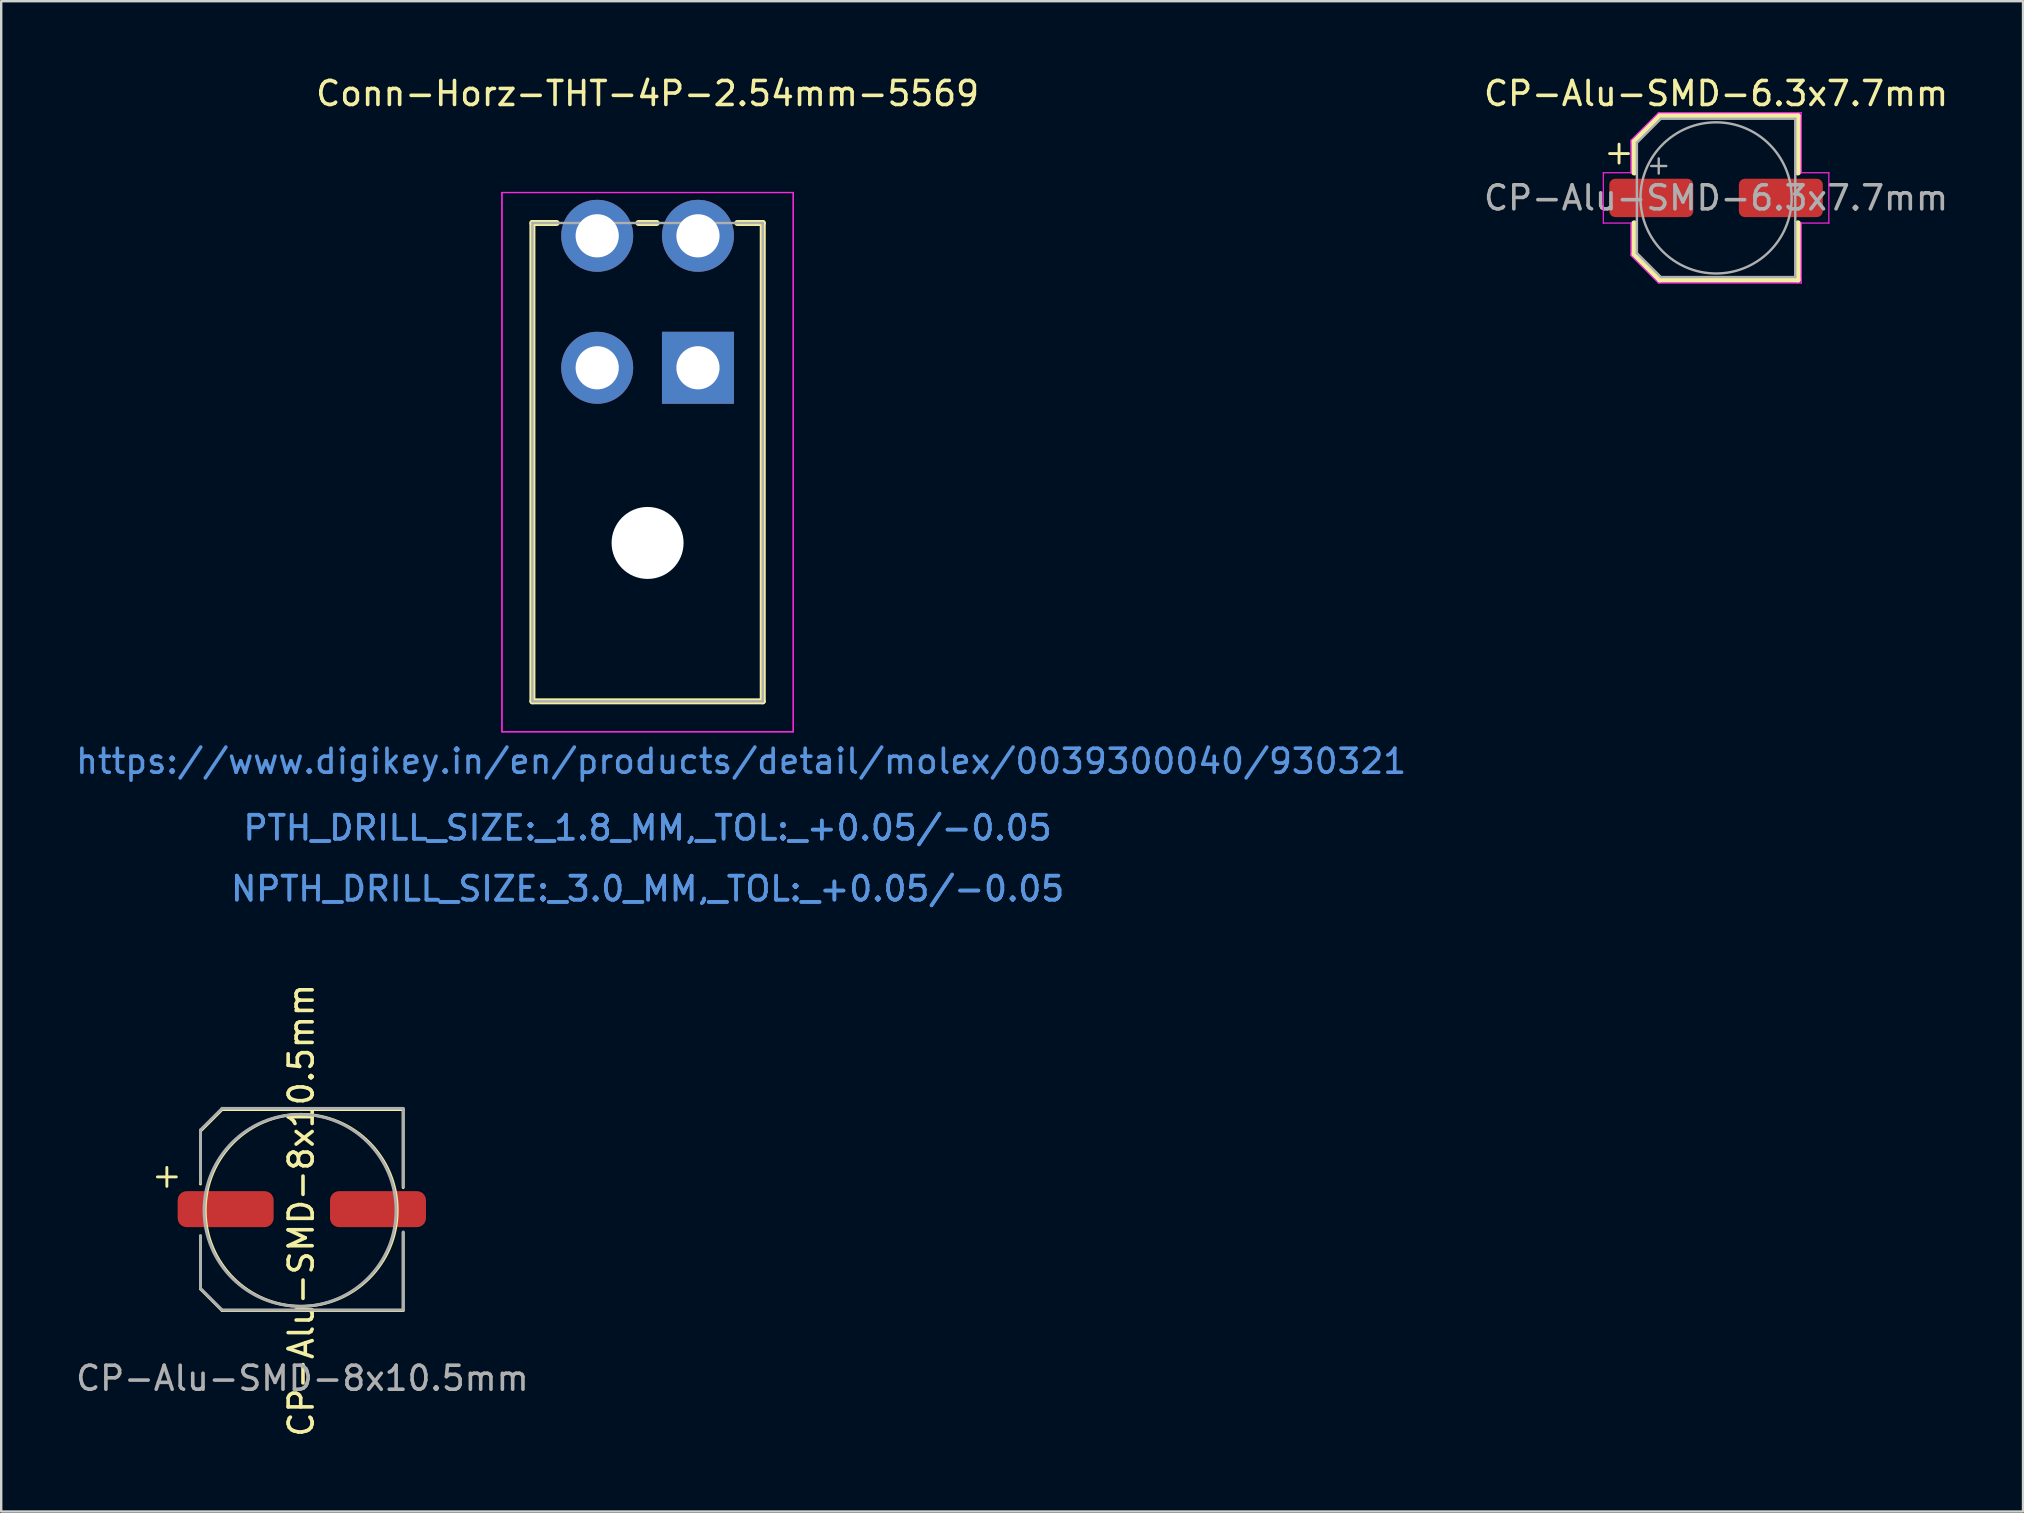
<source format=kicad_pcb>
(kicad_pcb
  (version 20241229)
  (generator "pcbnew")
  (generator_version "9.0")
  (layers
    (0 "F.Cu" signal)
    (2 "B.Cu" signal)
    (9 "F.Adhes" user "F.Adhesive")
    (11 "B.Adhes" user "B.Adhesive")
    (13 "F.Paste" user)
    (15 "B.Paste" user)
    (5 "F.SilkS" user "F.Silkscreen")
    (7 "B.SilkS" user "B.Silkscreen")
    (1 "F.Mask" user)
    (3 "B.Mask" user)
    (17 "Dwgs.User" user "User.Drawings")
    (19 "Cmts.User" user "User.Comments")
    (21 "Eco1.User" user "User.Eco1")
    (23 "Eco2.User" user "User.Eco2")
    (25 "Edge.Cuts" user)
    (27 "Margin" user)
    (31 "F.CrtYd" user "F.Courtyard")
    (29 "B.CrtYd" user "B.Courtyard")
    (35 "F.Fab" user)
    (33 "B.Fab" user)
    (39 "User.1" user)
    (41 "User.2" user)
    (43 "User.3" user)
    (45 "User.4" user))
  (footprint "CP-Alu-SMD-8x10.5mm"
    (layer "F.Cu")
    (at 9.554 47.293)
    (property "Reference" "CP-Alu-SMD-8x10.5mm" (at -0.05 0.1 90) (unlocked yes) (layer "F.SilkS") (effects (font (size 1 1) (thickness 0.15))))
    (attr smd)
    (fp_line (start -6.044 -1.294) (end -5.256 -1.294) (stroke (width 0.12) (type solid)) (layer "F.SilkS"))
    (fp_line (start -5.65 -1.688) (end -5.65 -0.9) (stroke (width 0.12) (type solid)) (layer "F.SilkS"))
    (fp_line (start -4.25 -3.2) (end -3.35 -4.1) (stroke (width 0.12) (type solid)) (layer "F.SilkS"))
    (fp_line (start -4.25 -1) (end -4.25 -3.2) (stroke (width 0.12) (type solid)) (layer "F.SilkS"))
    (fp_line (start -4.25 1.175) (end -4.25 3.375) (stroke (width 0.12) (type solid)) (layer "F.SilkS"))
    (fp_line (start -4.25 3.375) (end -3.35 4.275) (stroke (width 0.12) (type solid)) (layer "F.SilkS"))
    (fp_line (start -3.35 -4.1) (end 4.2 -4.1) (stroke (width 0.12) (type solid)) (layer "F.SilkS"))
    (fp_line (start -3.35 4.275) (end 4.2 4.275) (stroke (width 0.12) (type solid)) (layer "F.SilkS"))
    (fp_line (start 4.2 -4.1) (end 4.2 -0.85) (stroke (width 0.12) (type solid)) (layer "F.SilkS"))
    (fp_line (start 4.2 4.275) (end 4.2 1.025) (stroke (width 0.12) (type solid)) (layer "F.SilkS"))
    (fp_circle (center -0.05 0.1) (end 3.95 0.1) (stroke (width 0.12) (type solid)) (fill no) (layer "F.SilkS"))
    (fp_line (start -4.25 -3.25) (end -3.35 -4.15) (stroke (width 0.12) (type solid)) (layer "F.Fab"))
    (fp_line (start -4.25 -1.05) (end -4.25 -3.25) (stroke (width 0.12) (type solid)) (layer "F.Fab"))
    (fp_line (start -4.25 1.15) (end -4.25 3.35) (stroke (width 0.12) (type solid)) (layer "F.Fab"))
    (fp_line (start -4.25 3.35) (end -3.35 4.25) (stroke (width 0.12) (type solid)) (layer "F.Fab"))
    (fp_line (start -3.35 -4.15) (end 4.2 -4.15) (stroke (width 0.12) (type solid)) (layer "F.Fab"))
    (fp_line (start -3.35 4.25) (end 4.2 4.25) (stroke (width 0.12) (type solid)) (layer "F.Fab"))
    (fp_line (start 4.2 -4.15) (end 4.2 -0.9) (stroke (width 0.12) (type solid)) (layer "F.Fab"))
    (fp_line (start 4.2 4.25) (end 4.2 1) (stroke (width 0.12) (type solid)) (layer "F.Fab"))
    (fp_circle (center -0.1 0.1) (end 3.9 0.1) (stroke (width 0.12) (type solid)) (fill no) (layer "F.Fab"))
    (fp_text user "${REFERENCE}" (at 0 7.1 0) (unlocked yes) (layer "F.Fab") (effects (font (size 1 1) (thickness 0.15))))
    (pad "1" smd roundrect (at -3.2 0.05) (size 4 1.5) (layers "F.Cu" "F.Mask" "F.Paste") (roundrect_rratio 0.25))
    (pad "2" smd roundrect (at 3.15 0.05) (size 4 1.5) (layers "F.Cu" "F.Mask" "F.Paste") (roundrect_rratio 0.25)))
  (footprint "CP-Alu-SMD-6.3x7.7mm"
    (layer "F.Cu")
    (at 68.47 5.198)
    (property "Reference" "CP-Alu-SMD-6.3x7.7mm" (at 0 -4.35 0) (layer "F.SilkS") (effects (font (size 1 1) (thickness 0.15))))
    (attr smd)
    (fp_line (start -4.438 -1.847) (end -3.65 -1.847) (stroke (width 0.12) (type solid)) (layer "F.SilkS"))
    (fp_line (start -4.044 -2.241) (end -4.044 -1.454) (stroke (width 0.12) (type solid)) (layer "F.SilkS"))
    (fp_line (start -3.41 -2.346) (end -3.41 -1.06) (stroke (width 0.25) (type solid)) (layer "F.SilkS"))
    (fp_line (start -3.41 -2.346) (end -2.346 -3.41) (stroke (width 0.25) (type solid)) (layer "F.SilkS"))
    (fp_line (start -3.41 2.346) (end -3.41 1.06) (stroke (width 0.25) (type solid)) (layer "F.SilkS"))
    (fp_line (start -3.41 2.346) (end -2.346 3.41) (stroke (width 0.25) (type solid)) (layer "F.SilkS"))
    (fp_line (start -2.346 -3.41) (end 3.41 -3.41) (stroke (width 0.25) (type solid)) (layer "F.SilkS"))
    (fp_line (start -2.346 3.41) (end 3.41 3.41) (stroke (width 0.25) (type solid)) (layer "F.SilkS"))
    (fp_line (start 3.41 -3.41) (end 3.41 -1.06) (stroke (width 0.25) (type solid)) (layer "F.SilkS"))
    (fp_line (start 3.41 3.41) (end 3.41 1.06) (stroke (width 0.25) (type solid)) (layer "F.SilkS"))
    (fp_line (start -4.7 -1.05) (end -4.7 1.05) (stroke (width 0.05) (type solid)) (layer "F.CrtYd"))
    (fp_line (start -4.7 1.05) (end -3.55 1.05) (stroke (width 0.05) (type solid)) (layer "F.CrtYd"))
    (fp_line (start -3.55 -2.4) (end -3.55 -1.05) (stroke (width 0.05) (type solid)) (layer "F.CrtYd"))
    (fp_line (start -3.55 -2.4) (end -2.4 -3.55) (stroke (width 0.05) (type solid)) (layer "F.CrtYd"))
    (fp_line (start -3.55 -1.05) (end -4.7 -1.05) (stroke (width 0.05) (type solid)) (layer "F.CrtYd"))
    (fp_line (start -3.55 1.05) (end -3.55 2.4) (stroke (width 0.05) (type solid)) (layer "F.CrtYd"))
    (fp_line (start -3.55 2.4) (end -2.4 3.55) (stroke (width 0.05) (type solid)) (layer "F.CrtYd"))
    (fp_line (start -2.4 -3.55) (end 3.55 -3.55) (stroke (width 0.05) (type solid)) (layer "F.CrtYd"))
    (fp_line (start -2.4 3.55) (end 3.55 3.55) (stroke (width 0.05) (type solid)) (layer "F.CrtYd"))
    (fp_line (start 3.55 -3.55) (end 3.55 -1.05) (stroke (width 0.05) (type solid)) (layer "F.CrtYd"))
    (fp_line (start 3.55 -1.05) (end 4.7 -1.05) (stroke (width 0.05) (type solid)) (layer "F.CrtYd"))
    (fp_line (start 3.55 1.05) (end 3.55 3.55) (stroke (width 0.05) (type solid)) (layer "F.CrtYd"))
    (fp_line (start 4.7 -1.05) (end 4.7 1.05) (stroke (width 0.05) (type solid)) (layer "F.CrtYd"))
    (fp_line (start 4.7 1.05) (end 3.55 1.05) (stroke (width 0.05) (type solid)) (layer "F.CrtYd"))
    (fp_line (start -3.3 -2.3) (end -3.3 2.3) (stroke (width 0.1) (type solid)) (layer "F.Fab"))
    (fp_line (start -3.3 -2.3) (end -2.3 -3.3) (stroke (width 0.1) (type solid)) (layer "F.Fab"))
    (fp_line (start -3.3 2.3) (end -2.3 3.3) (stroke (width 0.1) (type solid)) (layer "F.Fab"))
    (fp_line (start -2.705 -1.33) (end -2.075 -1.33) (stroke (width 0.1) (type solid)) (layer "F.Fab"))
    (fp_line (start -2.39 -1.645) (end -2.39 -1.015) (stroke (width 0.1) (type solid)) (layer "F.Fab"))
    (fp_line (start -2.3 -3.3) (end 3.3 -3.3) (stroke (width 0.1) (type solid)) (layer "F.Fab"))
    (fp_line (start -2.3 3.3) (end 3.3 3.3) (stroke (width 0.1) (type solid)) (layer "F.Fab"))
    (fp_line (start 3.3 -3.3) (end 3.3 3.3) (stroke (width 0.1) (type solid)) (layer "F.Fab"))
    (fp_circle (center 0 0) (end 3.15 0) (stroke (width 0.1) (type solid)) (fill no) (layer "F.Fab"))
    (fp_text user "${REFERENCE}" (at 0 0 0) (layer "F.Fab") (effects (font (size 1 1) (thickness 0.15))))
    (pad "1" smd roundrect (at -2.7 0) (size 3.5 1.6) (layers "F.Cu" "F.Mask" "F.Paste") (roundrect_rratio 0.156))
    (pad "2" smd roundrect (at 2.7 0) (size 3.5 1.6) (layers "F.Cu" "F.Mask" "F.Paste") (roundrect_rratio 0.156)))
  (footprint "Conn-Horz-THT-4P-2.54mm-5569"
    (layer "F.Cu")
    (at 26.039 12.278)
    (property "Reference" "Conn-Horz-THT-4P-2.54mm-5569" (at -2.1 -11.43 0) (layer "F.SilkS") (effects (font (size 1 1) (thickness 0.15))))
    (attr through_hole)
    (fp_line (start -6.9 -6.035) (end -6.9 13.9) (stroke (width 0.25) (type solid)) (layer "F.SilkS"))
    (fp_line (start -6.9 13.9) (end 2.7 13.9) (stroke (width 0.25) (type solid)) (layer "F.SilkS"))
    (fp_line (start -5.89 -6.035) (end -6.9 -6.035) (stroke (width 0.25) (type solid)) (layer "F.SilkS"))
    (fp_line (start -1.72 -6.035) (end -2.48 -6.035) (stroke (width 0.25) (type solid)) (layer "F.SilkS"))
    (fp_line (start 2.7 -6.035) (end 1.64 -6.035) (stroke (width 0.25) (type solid)) (layer "F.SilkS"))
    (fp_line (start 2.7 13.9) (end 2.7 -6.035) (stroke (width 0.25) (type solid)) (layer "F.SilkS"))
    (fp_line (start -8.17 -7.305) (end -8.17 15.17) (stroke (width 0.05) (type solid)) (layer "F.CrtYd"))
    (fp_line (start -8.17 -7.305) (end -8.17 15.17) (stroke (width 0.05) (type solid)) (layer "F.CrtYd"))
    (fp_line (start -8.17 15.17) (end 3.97 15.17) (stroke (width 0.05) (type solid)) (layer "F.CrtYd"))
    (fp_line (start -8.17 15.17) (end 3.97 15.17) (stroke (width 0.05) (type solid)) (layer "F.CrtYd"))
    (fp_line (start 3.97 -7.305) (end -8.17 -7.305) (stroke (width 0.05) (type solid)) (layer "F.CrtYd"))
    (fp_line (start 3.97 -7.305) (end -8.17 -7.305) (stroke (width 0.05) (type solid)) (layer "F.CrtYd"))
    (fp_line (start 3.97 15.17) (end 3.97 -7.305) (stroke (width 0.05) (type solid)) (layer "F.CrtYd"))
    (fp_line (start 3.97 15.17) (end 3.97 -7.305) (stroke (width 0.05) (type solid)) (layer "F.CrtYd"))
    (fp_line (start -6.9 -6.035) (end -6.9 13.9) (stroke (width 0.1) (type solid)) (layer "F.Fab"))
    (fp_line (start -6.9 13.9) (end 2.7 13.9) (stroke (width 0.1) (type solid)) (layer "F.Fab"))
    (fp_line (start 2.7 -6.035) (end -6.9 -6.035) (stroke (width 0.1) (type solid)) (layer "F.Fab"))
    (fp_line (start 2.7 13.9) (end 2.7 -6.035) (stroke (width 0.1) (type solid)) (layer "F.Fab"))
    (fp_text user "PTH_DRILL_SIZE:_1.8_MM,_TOL:_+0.05/-0.05" (at -2.1 19.172 0) (layer "Cmts.User") (effects (font (size 1 1) (thickness 0.15))))
    (fp_text user "NPTH_DRILL_SIZE:_3.0_MM,_TOL:_+0.05/-0.05" (at -2.1 21.712 0) (layer "Cmts.User") (effects (font (size 1 1) (thickness 0.15))))
    (fp_text user "NPTH_DRILL_SIZE:_3.0_MM,_TOL:_+0.05/-0.05" (at -2.1 21.712 0) (layer "Cmts.User") (effects (font (size 1 1) (thickness 0.15))))
    (fp_text user "https://www.digikey.in/en/products/detail/molex/0039300040/930321" (at 1.8 16.4 0) (layer "Cmts.User") (effects (font (size 1 1) (thickness 0.15))))
    (fp_text user "PTH_DRILL_SIZE:_1.8_MM,_TOL:_+0.05/-0.05" (at -2.1 19.172 0) (layer "Cmts.User") (effects (font (size 1 1) (thickness 0.15))))
    (fp_text user "*" (at 0 0 0) (layer "F.Fab") (effects (font (size 1 1) (thickness 0.15))))
    (pad "" np_thru_hole circle (at -2.1 7.3) (size 3 3) (drill 3) (layers "*.Cu" "*.Mask"))
    (pad "1" thru_hole rect (at 0 0) (size 3 3) (drill 1.8) (layers "*.Cu" "*.Mask"))
    (pad "2" thru_hole circle (at -4.2 0) (size 3 3) (drill 1.8) (layers "*.Cu" "*.Mask"))
    (pad "3" thru_hole circle (at 0 -5.5) (size 3 3) (drill 1.8) (layers "*.Cu" "*.Mask"))
    (pad "4" thru_hole circle (at -4.2 -5.5) (size 3 3) (drill 1.8) (layers "*.Cu" "*.Mask")))
  (gr_rect
    (start -3 -3)
    (end 81.262 59.946)
    (stroke (width 0.1) (type default))
    (fill no)
    (layer "Edge.Cuts")))
</source>
